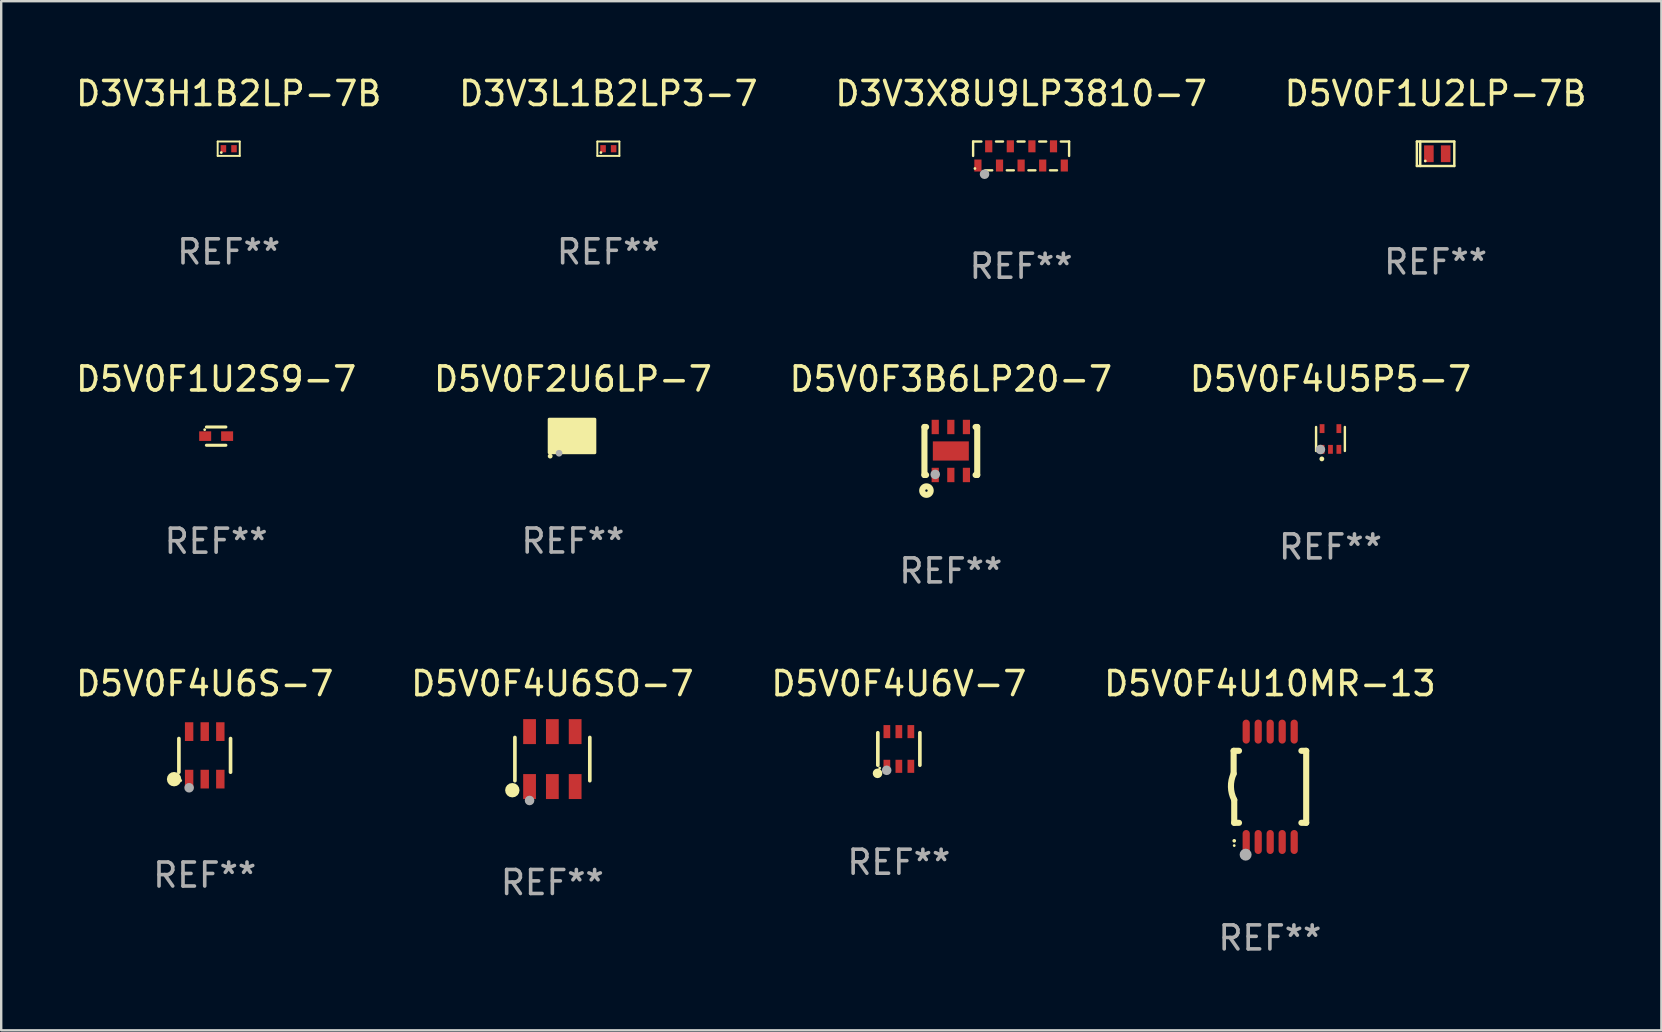
<source format=kicad_pcb>
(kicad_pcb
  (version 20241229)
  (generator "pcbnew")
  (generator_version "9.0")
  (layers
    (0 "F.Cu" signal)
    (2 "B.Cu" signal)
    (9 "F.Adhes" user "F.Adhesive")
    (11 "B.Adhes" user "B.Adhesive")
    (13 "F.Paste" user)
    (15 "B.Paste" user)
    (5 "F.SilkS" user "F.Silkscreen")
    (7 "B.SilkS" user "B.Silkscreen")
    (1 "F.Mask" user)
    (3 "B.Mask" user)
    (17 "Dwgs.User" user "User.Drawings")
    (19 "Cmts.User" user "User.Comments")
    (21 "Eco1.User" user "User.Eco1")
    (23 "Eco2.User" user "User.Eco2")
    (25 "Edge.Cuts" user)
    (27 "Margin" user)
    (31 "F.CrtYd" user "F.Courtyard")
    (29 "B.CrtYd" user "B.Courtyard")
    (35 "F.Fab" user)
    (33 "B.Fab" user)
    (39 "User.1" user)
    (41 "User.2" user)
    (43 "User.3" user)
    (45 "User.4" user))
  (footprint "D3V3H1B2LP-7B"
    (layer "F.Cu")
    (at 6.482 3.148)
    (property "Reference" "D3V3H1B2LP-7B" (at 0 -2.3 0) (layer "F.SilkS") (effects (font (size 1 1) (thickness 0.15))))
    (attr through_hole)
    (fp_line (start -0.46 -0.3) (end -0.46 0.3) (stroke (width 0.08) (type solid)) (layer "F.SilkS"))
    (fp_line (start -0.46 -0.3) (end 0.46 -0.3) (stroke (width 0.08) (type solid)) (layer "F.SilkS"))
    (fp_line (start -0.46 0.3) (end 0.46 0.3) (stroke (width 0.08) (type solid)) (layer "F.SilkS"))
    (fp_line (start 0.46 -0.3) (end 0.46 0.3) (stroke (width 0.08) (type solid)) (layer "F.SilkS"))
    (fp_circle (center -0.31 0.16) (end -0.28 0.16) (stroke (width 0.06) (type solid)) (fill no) (layer "F.SilkS"))
    (fp_text user "REF**" (at 0 4.3 0) (layer "F.Fab") (effects (font (size 1 1) (thickness 0.15))))
    (pad "1" smd rect (at -0.22 0 180) (size 0.23 0.3) (layers "F.Cu" "F.Mask" "F.Paste"))
    (pad "2" smd rect (at 0.22 0 180) (size 0.23 0.3) (layers "F.Cu" "F.Mask" "F.Paste")))
  (footprint "D5V0F4U6SO-7"
    (layer "F.Cu")
    (at 19.97 28.586)
    (property "Reference" "D5V0F4U6SO-7" (at 0 -3.145 0) (layer "F.SilkS") (effects (font (size 1 1) (thickness 0.15))))
    (attr through_hole)
    (fp_line (start -1.561 0.901) (end -1.561 -0.901) (stroke (width 0.152) (type solid)) (layer "F.SilkS"))
    (fp_line (start 1.561 0.901) (end 1.561 -0.901) (stroke (width 0.152) (type solid)) (layer "F.SilkS"))
    (fp_circle (center -1.668 1.297) (end -1.518 1.297) (stroke (width 0.3) (type solid)) (fill no) (layer "F.SilkS"))
    (fp_circle (center -1.485 1.425) (end -1.455 1.425) (stroke (width 0.06) (type solid)) (fill no) (layer "F.SilkS"))
    (fp_circle (center -0.95 1.725) (end -0.85 1.725) (stroke (width 0.2) (type solid)) (fill no) (layer "F.Fab"))
    (fp_text user "REF**" (at 0 5.145 0) (layer "F.Fab") (effects (font (size 1 1) (thickness 0.15))))
    (pad "1" smd rect (at -0.95 1.145) (size 0.532 1.04) (layers "F.Cu" "F.Mask" "F.Paste"))
    (pad "2" smd rect (at 0 1.145) (size 0.532 1.04) (layers "F.Cu" "F.Mask" "F.Paste"))
    (pad "3" smd rect (at 0.95 1.145) (size 0.532 1.04) (layers "F.Cu" "F.Mask" "F.Paste"))
    (pad "4" smd rect (at 0.95 -1.145) (size 0.532 1.04) (layers "F.Cu" "F.Mask" "F.Paste"))
    (pad "5" smd rect (at 0 -1.145) (size 0.532 1.04) (layers "F.Cu" "F.Mask" "F.Paste"))
    (pad "6" smd rect (at -0.95 -1.145) (size 0.532 1.04) (layers "F.Cu" "F.Mask" "F.Paste")))
  (footprint "D5V0F2U6LP-7"
    (layer "F.Cu")
    (at 20.827 15.122)
    (property "Reference" "D5V0F2U6LP-7" (at 0 -2.377 0) (layer "F.SilkS") (effects (font (size 1 1) (thickness 0.15))))
    (attr through_hole)
    (fp_circle (center -0.948 0.837) (end -0.897 0.837) (stroke (width 0.1) (type solid)) (fill no) (layer "F.SilkS"))
    (fp_circle (center -0.875 0.548) (end -0.845 0.548) (stroke (width 0.06) (type solid)) (fill no) (layer "F.SilkS"))
    (fp_poly (pts (xy -0.99 -0.701) (xy 0.915 -0.701) (xy 0.915 0.696) (xy -0.99 0.696)) (stroke (width 0.12) (type solid)) (fill yes) (layer "F.SilkS"))
    (fp_circle (center -0.578 0.717) (end -0.508 0.717) (stroke (width 0.14) (type solid)) (fill no) (layer "F.Fab"))
    (fp_text user "REF**" (at 0 4.377 0) (layer "F.Fab") (effects (font (size 1 1) (thickness 0.15))))
    (pad "1" smd rect (at -0.538 0.373) (size 0.2 0.5) (layers "F.Cu" "F.Mask" "F.Paste"))
    (pad "2" smd rect (at -0.038 0.373) (size 0.2 0.5) (layers "F.Cu" "F.Mask" "F.Paste"))
    (pad "3" smd rect (at 0.538 0.377) (size 0.5 0.5) (layers "F.Cu" "F.Mask" "F.Paste"))
    (pad "4" smd rect (at 0.538 -0.377) (size 0.5 0.5) (layers "F.Cu" "F.Mask" "F.Paste"))
    (pad "5" smd rect (at -0.038 -0.377) (size 0.2 0.5) (layers "F.Cu" "F.Mask" "F.Paste"))
    (pad "6" smd rect (at -0.538 -0.377) (size 0.2 0.5) (layers "F.Cu" "F.Mask" "F.Paste")))
  (footprint "D5V0F4U6V-7"
    (layer "F.Cu")
    (at 34.411 28.164)
    (property "Reference" "D5V0F4U6V-7" (at 0 -2.723 0) (layer "F.SilkS") (effects (font (size 1 1) (thickness 0.15))))
    (attr through_hole)
    (fp_line (start -0.876 0.676) (end -0.876 -0.676) (stroke (width 0.152) (type solid)) (layer "F.SilkS"))
    (fp_line (start 0.876 0.676) (end 0.876 -0.676) (stroke (width 0.152) (type solid)) (layer "F.SilkS"))
    (fp_circle (center -0.889 1.016) (end -0.789 1.016) (stroke (width 0.2) (type solid)) (fill no) (layer "F.SilkS"))
    (fp_circle (center -0.8 0.795) (end -0.77 0.795) (stroke (width 0.06) (type solid)) (fill no) (layer "F.SilkS"))
    (fp_circle (center -0.508 0.889) (end -0.408 0.889) (stroke (width 0.2) (type solid)) (fill no) (layer "F.Fab"))
    (fp_text user "REF**" (at 0 4.723 0) (layer "F.Fab") (effects (font (size 1 1) (thickness 0.15))))
    (pad "1" smd rect (at -0.5 0.723) (size 0.28 0.545) (layers "F.Cu" "F.Mask" "F.Paste"))
    (pad "2" smd rect (at 0 0.723) (size 0.28 0.545) (layers "F.Cu" "F.Mask" "F.Paste"))
    (pad "3" smd rect (at 0.5 0.723) (size 0.28 0.545) (layers "F.Cu" "F.Mask" "F.Paste"))
    (pad "4" smd rect (at 0.5 -0.723) (size 0.28 0.545) (layers "F.Cu" "F.Mask" "F.Paste"))
    (pad "5" smd rect (at 0 -0.723) (size 0.28 0.545) (layers "F.Cu" "F.Mask" "F.Paste"))
    (pad "6" smd rect (at -0.5 -0.723) (size 0.28 0.545) (layers "F.Cu" "F.Mask" "F.Paste")))
  (footprint "D3V3X8U9LP3810-7"
    (layer "F.Cu")
    (at 39.506 3.448)
    (property "Reference" "D3V3X8U9LP3810-7" (at 0 -2.6 0) (layer "F.SilkS") (effects (font (size 1 1) (thickness 0.15))))
    (attr through_hole)
    (fp_line (start -2 -0.6) (end -1.655 -0.6) (stroke (width 0.1) (type solid)) (layer "F.SilkS"))
    (fp_line (start -2 0) (end -2 -0.6) (stroke (width 0.1) (type solid)) (layer "F.SilkS"))
    (fp_line (start -1.496 0.6) (end -1.204 0.6) (stroke (width 0.1) (type solid)) (layer "F.SilkS"))
    (fp_line (start -1.046 -0.6) (end -0.755 -0.6) (stroke (width 0.1) (type solid)) (layer "F.SilkS"))
    (fp_line (start -0.596 0.6) (end -0.304 0.6) (stroke (width 0.1) (type solid)) (layer "F.SilkS"))
    (fp_line (start -0.146 -0.6) (end 0.145 -0.6) (stroke (width 0.1) (type solid)) (layer "F.SilkS"))
    (fp_line (start 0.304 0.6) (end 0.596 0.6) (stroke (width 0.1) (type solid)) (layer "F.SilkS"))
    (fp_line (start 0.754 -0.6) (end 1.045 -0.6) (stroke (width 0.1) (type solid)) (layer "F.SilkS"))
    (fp_line (start 1.204 0.6) (end 1.496 0.6) (stroke (width 0.1) (type solid)) (layer "F.SilkS"))
    (fp_line (start 1.654 -0.6) (end 2 -0.6) (stroke (width 0.1) (type solid)) (layer "F.SilkS"))
    (fp_line (start 2 -0.6) (end 2 0) (stroke (width 0.1) (type solid)) (layer "F.SilkS"))
    (fp_circle (center -1.925 0.525) (end -1.895 0.525) (stroke (width 0.06) (type solid)) (fill no) (layer "F.SilkS"))
    (fp_circle (center -1.524 0.762) (end -1.424 0.762) (stroke (width 0.2) (type solid)) (fill no) (layer "F.Fab"))
    (fp_text user "REF**" (at 0 4.6 0) (layer "F.Fab") (effects (font (size 1 1) (thickness 0.15))))
    (pad "1" smd rect (at -1.8 0.4) (size 0.3 0.5) (layers "F.Cu" "F.Mask" "F.Paste"))
    (pad "2" smd rect (at -0.9 0.4) (size 0.3 0.5) (layers "F.Cu" "F.Mask" "F.Paste"))
    (pad "3" smd rect (at -0.000025 0.4) (size 0.3 0.5) (layers "F.Cu" "F.Mask" "F.Paste"))
    (pad "4" smd rect (at 0.9 0.4) (size 0.3 0.5) (layers "F.Cu" "F.Mask" "F.Paste"))
    (pad "5" smd rect (at 1.8 0.4) (size 0.3 0.5) (layers "F.Cu" "F.Mask" "F.Paste"))
    (pad "6" smd rect (at 1.35 -0.4) (size 0.3 0.5) (layers "F.Cu" "F.Mask" "F.Paste"))
    (pad "7" smd rect (at 0.45 -0.4) (size 0.3 0.5) (layers "F.Cu" "F.Mask" "F.Paste"))
    (pad "8" smd rect (at -0.45 -0.4) (size 0.3 0.5) (layers "F.Cu" "F.Mask" "F.Paste"))
    (pad "9" smd rect (at -1.35 -0.4) (size 0.3 0.5) (layers "F.Cu" "F.Mask" "F.Paste")))
  (footprint "D5V0F4U5P5-7"
    (layer "F.Cu")
    (at 52.399 15.245)
    (property "Reference" "D5V0F4U5P5-7" (at 0 -2.5 0) (layer "F.SilkS") (effects (font (size 1 1) (thickness 0.15))))
    (attr through_hole)
    (fp_line (start -0.6 -0.5) (end -0.6 0.5) (stroke (width 0.1) (type solid)) (layer "F.SilkS"))
    (fp_line (start 0.6 -0.5) (end 0.6 0.5) (stroke (width 0.1) (type solid)) (layer "F.SilkS"))
    (fp_circle (center -0.5 0.494) (end -0.47 0.494) (stroke (width 0.06) (type solid)) (fill no) (layer "F.SilkS"))
    (fp_circle (center -0.36 0.83) (end -0.309 0.83) (stroke (width 0.1) (type solid)) (fill no) (layer "F.SilkS"))
    (fp_circle (center -0.419 0.439) (end -0.319 0.439) (stroke (width 0.2) (type solid)) (fill no) (layer "F.Fab"))
    (fp_text user "REF**" (at 0 4.5 0) (layer "F.Fab") (effects (font (size 1 1) (thickness 0.15))))
    (pad "1" smd rect (at -0.35 0.432 180) (size 0.2 0.37) (layers "F.Cu" "F.Mask" "F.Paste"))
    (pad "2" smd rect (at 0 0.432 180) (size 0.2 0.37) (layers "F.Cu" "F.Mask" "F.Paste"))
    (pad "3" smd rect (at 0.35 0.432 180) (size 0.2 0.37) (layers "F.Cu" "F.Mask" "F.Paste"))
    (pad "4" smd rect (at 0.35 -0.432 180) (size 0.2 0.37) (layers "F.Cu" "F.Mask" "F.Paste"))
    (pad "5" smd rect (at -0.35 -0.432 180) (size 0.2 0.37) (layers "F.Cu" "F.Mask" "F.Paste")))
  (footprint "D3V3L1B2LP3-7"
    (layer "F.Cu")
    (at 22.304 3.148)
    (property "Reference" "D3V3L1B2LP3-7" (at 0 -2.3 0) (layer "F.SilkS") (effects (font (size 1 1) (thickness 0.15))))
    (attr through_hole)
    (fp_line (start -0.46 -0.3) (end -0.46 0.3) (stroke (width 0.08) (type solid)) (layer "F.SilkS"))
    (fp_line (start -0.46 -0.3) (end 0.46 -0.3) (stroke (width 0.08) (type solid)) (layer "F.SilkS"))
    (fp_line (start -0.46 0.3) (end 0.46 0.3) (stroke (width 0.08) (type solid)) (layer "F.SilkS"))
    (fp_line (start 0.46 -0.3) (end 0.46 0.3) (stroke (width 0.08) (type solid)) (layer "F.SilkS"))
    (fp_circle (center -0.31 0.16) (end -0.28 0.16) (stroke (width 0.06) (type solid)) (fill no) (layer "F.SilkS"))
    (fp_text user "REF**" (at 0 4.3 0) (layer "F.Fab") (effects (font (size 1 1) (thickness 0.15))))
    (pad "1" smd rect (at -0.22 0 180) (size 0.23 0.3) (layers "F.Cu" "F.Mask" "F.Paste"))
    (pad "2" smd rect (at 0.22 0 180) (size 0.23 0.3) (layers "F.Cu" "F.Mask" "F.Paste")))
  (footprint "D5V0F4U10MR-13"
    (layer "F.Cu")
    (at 49.875 29.741)
    (property "Reference" "D5V0F4U10MR-13" (at 0 -4.3 0) (layer "F.SilkS") (effects (font (size 1 1) (thickness 0.15))))
    (attr through_hole)
    (fp_line (start -1.512 -1.5) (end -1.512 -0.546) (stroke (width 0.254) (type solid)) (layer "F.SilkS"))
    (fp_line (start -1.487 0.546) (end -1.487 1.5) (stroke (width 0.254) (type solid)) (layer "F.SilkS"))
    (fp_line (start -1.288 -1.5) (end -1.512 -1.5) (stroke (width 0.254) (type solid)) (layer "F.SilkS"))
    (fp_line (start -1.288 1.5) (end -1.487 1.5) (stroke (width 0.254) (type solid)) (layer "F.SilkS"))
    (fp_line (start 1.512 -1.5) (end 1.312 -1.5) (stroke (width 0.254) (type solid)) (layer "F.SilkS"))
    (fp_line (start 1.512 -1.5) (end 1.512 1.5) (stroke (width 0.254) (type solid)) (layer "F.SilkS"))
    (fp_line (start 1.512 1.5) (end 1.312 1.5) (stroke (width 0.254) (type solid)) (layer "F.SilkS"))
    (fp_arc (start -1.487998 2.250013) (mid -1.486728 2.250007) (end -1.485458 2.250013) (stroke (width 0.150013) (type solid)) (layer "F.SilkS"))
    (fp_arc (start -1.486602 0.546102) (mid -1.624196 0.002905) (end -1.512002 -0.546101) (stroke (width 0.254001) (type solid)) (layer "F.SilkS"))
    (fp_circle (center -1.488 2.45) (end -1.458 2.45) (stroke (width 0.06) (type solid)) (fill no) (layer "F.SilkS"))
    (fp_circle (center -1.012 2.828) (end -0.887 2.828) (stroke (width 0.25) (type solid)) (fill no) (layer "F.Fab"))
    (fp_text user "REF**" (at 0 6.3 0) (layer "F.Fab") (effects (font (size 1 1) (thickness 0.15))))
    (pad "1" smd oval (at -0.988 2.3) (size 0.3 1) (layers "F.Cu" "F.Mask" "F.Paste"))
    (pad "2" smd oval (at -0.488 2.3) (size 0.3 1) (layers "F.Cu" "F.Mask" "F.Paste"))
    (pad "3" smd oval (at 0.012 2.3) (size 0.3 1) (layers "F.Cu" "F.Mask" "F.Paste"))
    (pad "4" smd oval (at 0.512 2.3) (size 0.3 1) (layers "F.Cu" "F.Mask" "F.Paste"))
    (pad "5" smd oval (at 1.012 2.3) (size 0.3 1) (layers "F.Cu" "F.Mask" "F.Paste"))
    (pad "6" smd oval (at 1.012 -2.3) (size 0.3 1) (layers "F.Cu" "F.Mask" "F.Paste"))
    (pad "7" smd oval (at 0.512 -2.3) (size 0.3 1) (layers "F.Cu" "F.Mask" "F.Paste"))
    (pad "8" smd oval (at 0.012 -2.3) (size 0.3 1) (layers "F.Cu" "F.Mask" "F.Paste"))
    (pad "9" smd oval (at -0.488 -2.3) (size 0.3 1) (layers "F.Cu" "F.Mask" "F.Paste"))
    (pad "10" smd oval (at -0.988 -2.3) (size 0.3 1) (layers "F.Cu" "F.Mask" "F.Paste")))
  (footprint "D5V0F1U2S9-7"
    (layer "F.Cu")
    (at 5.958 15.126)
    (property "Reference" "D5V0F1U2S9-7" (at 0 -2.381 0) (layer "F.SilkS") (effects (font (size 1 1) (thickness 0.15))))
    (attr through_hole)
    (fp_line (start -0.406 -0.381) (end 0.406 -0.381) (stroke (width 0.127) (type solid)) (layer "F.SilkS"))
    (fp_line (start 0.406 0.381) (end -0.406 0.381) (stroke (width 0.127) (type solid)) (layer "F.SilkS"))
    (fp_circle (center -0.477 -0.27) (end -0.447 -0.27) (stroke (width 0.06) (type solid)) (fill no) (layer "F.SilkS"))
    (fp_text user "REF**" (at 0 4.381 0) (layer "F.Fab") (effects (font (size 1 1) (thickness 0.15))))
    (pad "1" smd rect (at -0.457 0 90) (size 0.4 0.5) (layers "F.Cu" "F.Mask" "F.Paste"))
    (pad "2" smd rect (at 0.457 0 90) (size 0.4 0.5) (layers "F.Cu" "F.Mask" "F.Paste")))
  (footprint "D5V0F3B6LP20-7"
    (layer "F.Cu")
    (at 36.577 15.745)
    (property "Reference" "D5V0F3B6LP20-7" (at 0 -3 0) (layer "F.SilkS") (effects (font (size 1 1) (thickness 0.15))))
    (attr through_hole)
    (fp_line (start -1.1 -1) (end -1.031 -1) (stroke (width 0.254) (type solid)) (layer "F.SilkS"))
    (fp_line (start -1.1 1) (end -1.1 -1) (stroke (width 0.254) (type solid)) (layer "F.SilkS"))
    (fp_line (start -1.1 1) (end -1.031 1) (stroke (width 0.254) (type solid)) (layer "F.SilkS"))
    (fp_line (start 1.031 1) (end 1.1 1) (stroke (width 0.254) (type solid)) (layer "F.SilkS"))
    (fp_line (start 1.031 -1) (end 1.1 -1) (stroke (width 0.254) (type solid)) (layer "F.SilkS"))
    (fp_line (start 1.1 1) (end 1.1 -1) (stroke (width 0.254) (type solid)) (layer "F.SilkS"))
    (fp_circle (center -1.016 1.651) (end -0.966 1.651) (stroke (width 0.254) (type solid)) (fill no) (layer "F.SilkS"))
    (fp_circle (center -1 1) (end -0.97 1) (stroke (width 0.06) (type solid)) (fill no) (layer "F.SilkS"))
    (fp_circle (center -0.65 0.975) (end -0.55 0.975) (stroke (width 0.2) (type solid)) (fill no) (layer "F.Fab"))
    (fp_text user "REF**" (at 0 5 0) (layer "F.Fab") (effects (font (size 1 1) (thickness 0.15))))
    (pad "1" smd rect (at -0.65 1 180) (size 0.3 0.6) (layers "F.Cu" "F.Mask" "F.Paste"))
    (pad "2" smd rect (at 0.000051 1 180) (size 0.3 0.6) (layers "F.Cu" "F.Mask" "F.Paste"))
    (pad "3" smd rect (at 0.65 1 180) (size 0.3 0.6) (layers "F.Cu" "F.Mask" "F.Paste"))
    (pad "4" smd rect (at 0.65 -1 180) (size 0.3 0.6) (layers "F.Cu" "F.Mask" "F.Paste"))
    (pad "5" smd rect (at 0.000051 -1 180) (size 0.3 0.6) (layers "F.Cu" "F.Mask" "F.Paste"))
    (pad "6" smd rect (at -0.65 -1 180) (size 0.3 0.6) (layers "F.Cu" "F.Mask" "F.Paste"))
    (pad "7" smd rect (at 0.000051 0.000038 270) (size 0.8 1.5) (layers "F.Cu" "F.Mask" "F.Paste")))
  (footprint "D5V0F1U2LP-7B"
    (layer "F.Cu")
    (at 56.78 3.358)
    (property "Reference" "D5V0F1U2LP-7B" (at 0 -2.51 0) (layer "F.SilkS") (effects (font (size 1 1) (thickness 0.15))))
    (attr through_hole)
    (fp_line (start -0.78 -0.51) (end -0.78 0.51) (stroke (width 0.102) (type solid)) (layer "F.SilkS"))
    (fp_line (start -0.78 -0.51) (end 0.78 -0.51) (stroke (width 0.102) (type solid)) (layer "F.SilkS"))
    (fp_line (start -0.78 0.51) (end 0.78 0.51) (stroke (width 0.102) (type solid)) (layer "F.SilkS"))
    (fp_line (start -0.64 -0.51) (end -0.64 0.51) (stroke (width 0.102) (type solid)) (layer "F.SilkS"))
    (fp_line (start 0.78 -0.51) (end 0.78 0.51) (stroke (width 0.102) (type solid)) (layer "F.SilkS"))
    (fp_circle (center -0.43 0.3) (end -0.4 0.3) (stroke (width 0.06) (type solid)) (fill no) (layer "F.SilkS"))
    (fp_text user "REF**" (at 0 4.51 0) (layer "F.Fab") (effects (font (size 1 1) (thickness 0.15))))
    (pad "1" smd rect (at -0.28 0) (size 0.4 0.7) (layers "F.Cu" "F.Mask" "F.Paste"))
    (pad "2" smd rect (at 0.42 0) (size 0.4 0.7) (layers "F.Cu" "F.Mask" "F.Paste")))
  (footprint "D5V0F4U6S-7"
    (layer "F.Cu")
    (at 5.482 28.431)
    (property "Reference" "D5V0F4U6S-7" (at 0 -2.99 0) (layer "F.SilkS") (effects (font (size 1 1) (thickness 0.15))))
    (attr through_hole)
    (fp_line (start -1.076 0.701) (end -1.076 -0.701) (stroke (width 0.152) (type solid)) (layer "F.SilkS"))
    (fp_line (start 1.076 0.701) (end 1.076 -0.701) (stroke (width 0.152) (type solid)) (layer "F.SilkS"))
    (fp_circle (center -1.277 0.992) (end -1.127 0.992) (stroke (width 0.3) (type solid)) (fill no) (layer "F.SilkS"))
    (fp_circle (center -1 1.05) (end -0.97 1.05) (stroke (width 0.06) (type solid)) (fill no) (layer "F.SilkS"))
    (fp_circle (center -0.65 1.35) (end -0.55 1.35) (stroke (width 0.2) (type solid)) (fill no) (layer "F.Fab"))
    (fp_text user "REF**" (at 0 4.99 0) (layer "F.Fab") (effects (font (size 1 1) (thickness 0.15))))
    (pad "1" smd rect (at -0.65 0.99) (size 0.35 0.78) (layers "F.Cu" "F.Mask" "F.Paste"))
    (pad "2" smd rect (at 0 0.99) (size 0.35 0.78) (layers "F.Cu" "F.Mask" "F.Paste"))
    (pad "3" smd rect (at 0.65 0.99) (size 0.35 0.78) (layers "F.Cu" "F.Mask" "F.Paste"))
    (pad "4" smd rect (at 0.65 -0.99) (size 0.35 0.78) (layers "F.Cu" "F.Mask" "F.Paste"))
    (pad "5" smd rect (at 0 -0.99) (size 0.35 0.78) (layers "F.Cu" "F.Mask" "F.Paste"))
    (pad "6" smd rect (at -0.65 -0.99) (size 0.35 0.78) (layers "F.Cu" "F.Mask" "F.Paste")))
  (gr_rect
    (start -3 -3)
    (end 66.19 39.89)
    (stroke (width 0.1) (type default))
    (fill no)
    (layer "Edge.Cuts")))
</source>
